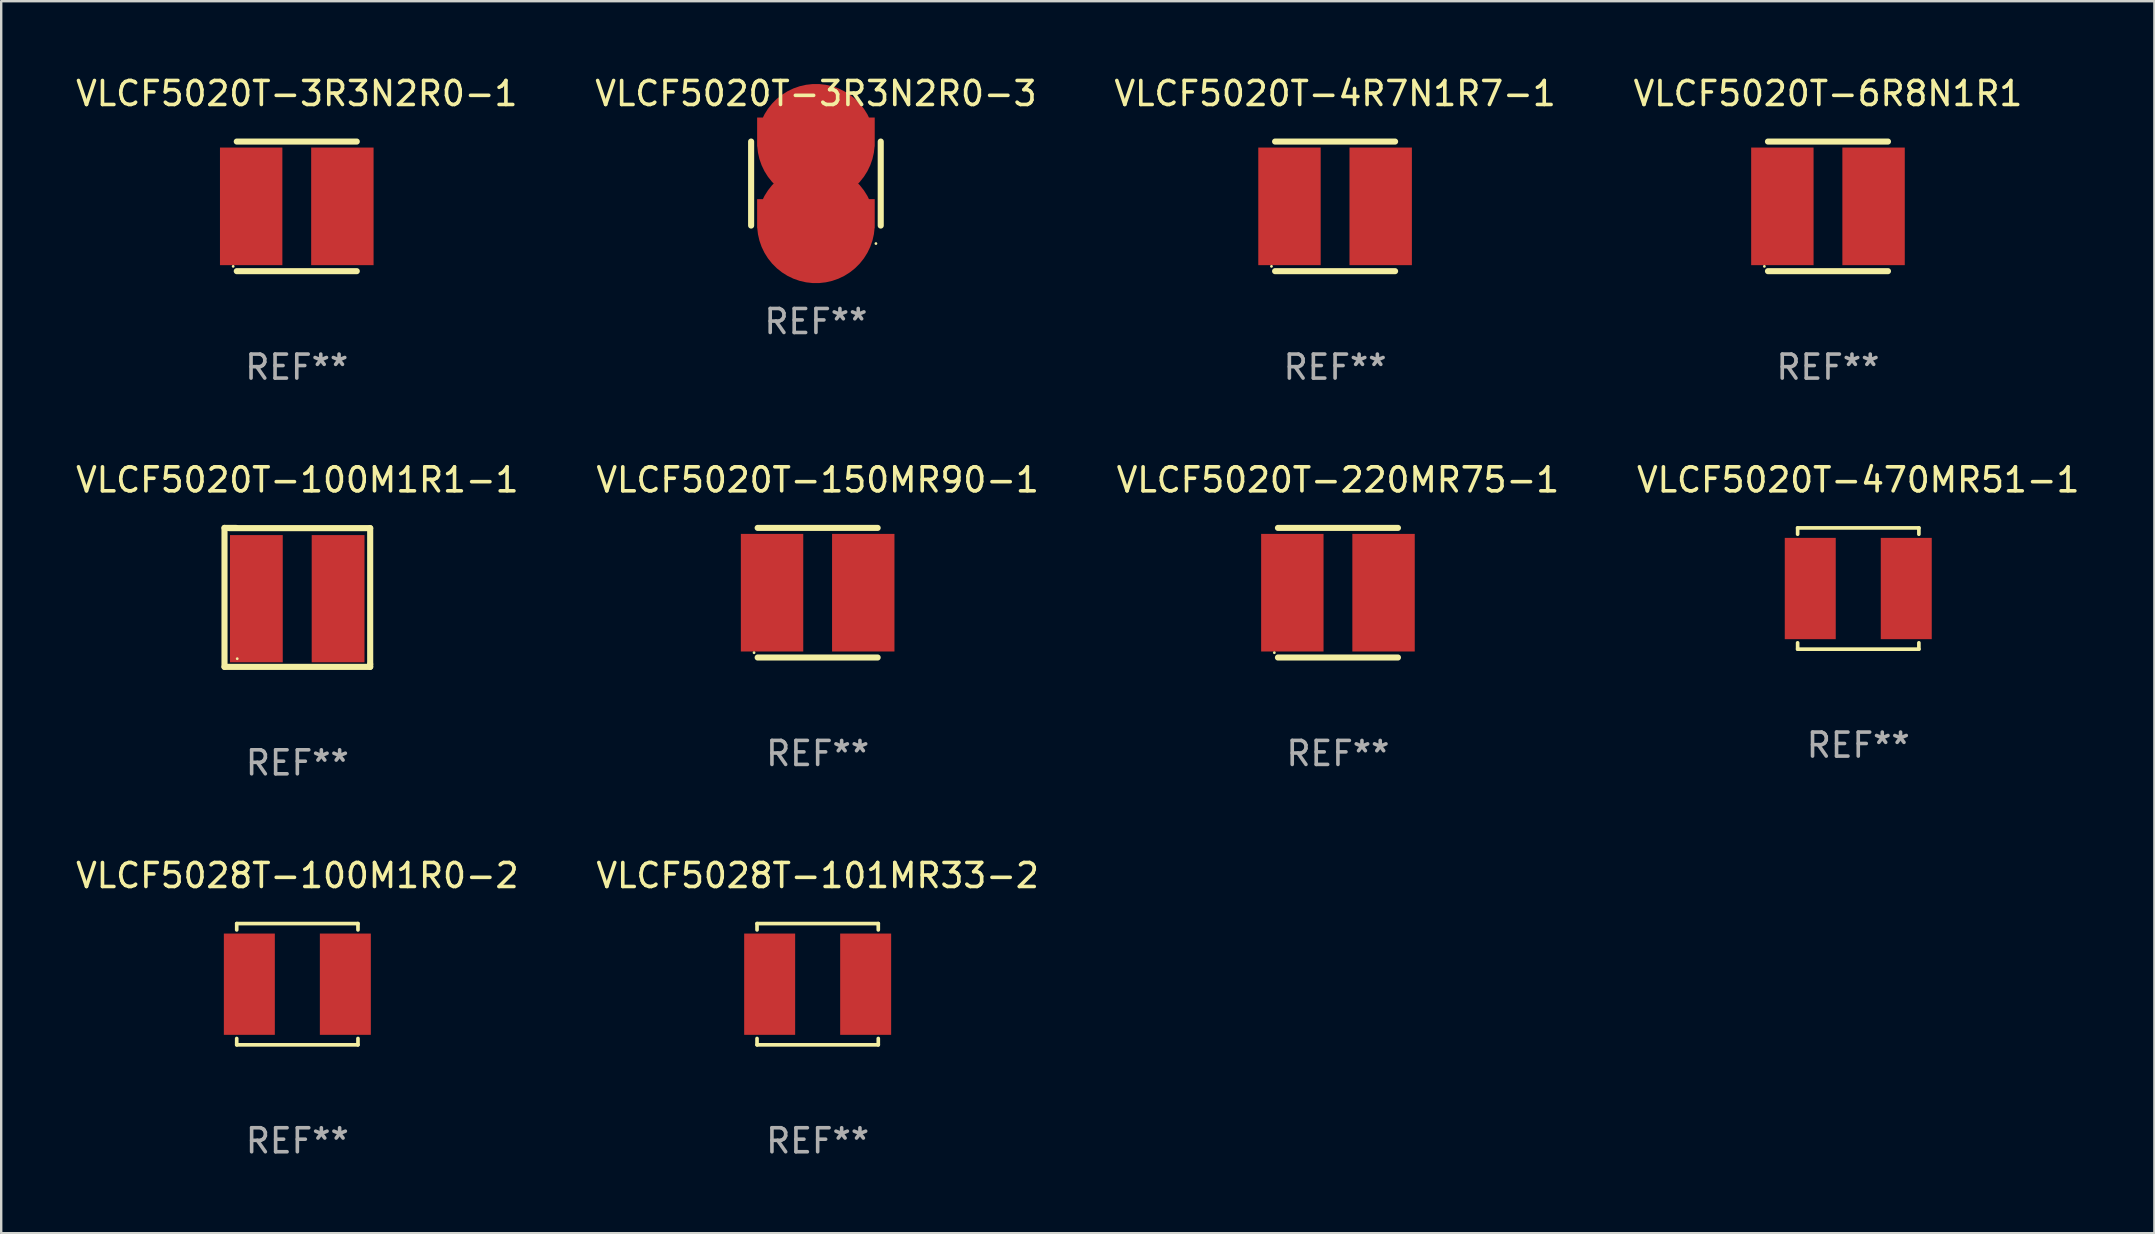
<source format=kicad_pcb>
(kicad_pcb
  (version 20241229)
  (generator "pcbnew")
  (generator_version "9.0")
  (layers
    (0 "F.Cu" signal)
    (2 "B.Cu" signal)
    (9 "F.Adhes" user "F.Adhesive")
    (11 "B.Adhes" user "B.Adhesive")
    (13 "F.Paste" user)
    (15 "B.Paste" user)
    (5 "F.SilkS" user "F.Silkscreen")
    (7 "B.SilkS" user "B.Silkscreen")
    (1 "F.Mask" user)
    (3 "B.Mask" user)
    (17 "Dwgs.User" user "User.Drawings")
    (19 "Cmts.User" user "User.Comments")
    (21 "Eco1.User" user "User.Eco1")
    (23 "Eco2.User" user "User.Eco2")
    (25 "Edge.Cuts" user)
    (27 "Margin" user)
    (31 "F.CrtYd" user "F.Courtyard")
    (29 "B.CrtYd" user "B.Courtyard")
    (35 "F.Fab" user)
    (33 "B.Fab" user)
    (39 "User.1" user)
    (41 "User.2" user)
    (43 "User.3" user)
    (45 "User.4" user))
  (footprint "VLCF5020T-3R3N2R0-3"
    (layer "F.Cu")
    (at 30.946 4.598)
    (property "Reference" "VLCF5020T-3R3N2R0-3" (at 0 -3.75 0) (layer "F.SilkS") (effects (font (size 1 1) (thickness 0.15))))
    (attr through_hole)
    (fp_line (start -2.7 1.75) (end -2.7 -1.75) (stroke (width 0.254) (type solid)) (layer "F.SilkS"))
    (fp_line (start 2.7 -1.75) (end 2.7 1.75) (stroke (width 0.254) (type solid)) (layer "F.SilkS"))
    (fp_circle (center 2.5 2.5) (end 2.53 2.5) (stroke (width 0.06) (type solid)) (fill no) (layer "F.SilkS"))
    (fp_text user "REF**" (at 0 5.75 0) (layer "F.Fab") (effects (font (size 1 1) (thickness 0.15))))
    (pad "1" smd custom (at 0 1.7) (size 4.9 2.1) (layers "F.Cu" "F.Mask" "F.Paste") (options (anchor circle)) (primitives (gr_poly (pts (xy -2.45 -1.05) (xy 2.45 -1.05) (xy 2.45 0.15) (xy 1.5 1.05) (xy -1.5 1.05) (xy -2.45 0.15)) (width 0) (fill yes))))
    (pad "2" smd custom (at 0 -1.7 180) (size 4.9 2.1) (layers "F.Cu" "F.Mask" "F.Paste") (options (anchor circle)) (primitives (gr_poly (pts (xy 2.45 1.05) (xy -2.45 1.05) (xy -2.45 -0.15) (xy -1.5 -1.05) (xy 1.5 -1.05) (xy 2.45 -0.15)) (width 0) (fill yes)))))
  (footprint "VLCF5020T-4R7N1R7-1"
    (layer "F.Cu")
    (at 52.577 5.548)
    (property "Reference" "VLCF5020T-4R7N1R7-1" (at 0 -4.7 0) (layer "F.SilkS") (effects (font (size 1 1) (thickness 0.15))))
    (attr through_hole)
    (fp_line (start -2.5 -2.7) (end 2.5 -2.7) (stroke (width 0.254) (type solid)) (layer "F.SilkS"))
    (fp_line (start -2.5 2.7) (end 2.5 2.7) (stroke (width 0.254) (type solid)) (layer "F.SilkS"))
    (fp_circle (center -2.65 2.5) (end -2.62 2.5) (stroke (width 0.06) (type solid)) (fill no) (layer "F.SilkS"))
    (fp_text user "REF**" (at 0 6.7 0) (layer "F.Fab") (effects (font (size 1 1) (thickness 0.15))))
    (pad "1" smd rect (at -1.9 0 90) (size 4.9 2.6) (layers "F.Cu" "F.Mask" "F.Paste"))
    (pad "2" smd rect (at 1.9 0 90) (size 4.9 2.6) (layers "F.Cu" "F.Mask" "F.Paste")))
  (footprint "VLCF5020T-470MR51-1"
    (layer "F.Cu")
    (at 74.375 21.471)
    (property "Reference" "VLCF5020T-470MR51-1" (at 0 -4.526 0) (layer "F.SilkS") (effects (font (size 1 1) (thickness 0.15))))
    (attr through_hole)
    (fp_line (start -2.526 -2.526) (end 2.526 -2.526) (stroke (width 0.152) (type solid)) (layer "F.SilkS"))
    (fp_line (start -2.526 -2.262) (end -2.526 -2.526) (stroke (width 0.152) (type solid)) (layer "F.SilkS"))
    (fp_line (start -2.526 2.262) (end -2.526 2.526) (stroke (width 0.152) (type solid)) (layer "F.SilkS"))
    (fp_line (start -2.526 2.526) (end 2.526 2.526) (stroke (width 0.152) (type solid)) (layer "F.SilkS"))
    (fp_line (start 2.526 -2.526) (end 2.526 -2.262) (stroke (width 0.152) (type solid)) (layer "F.SilkS"))
    (fp_line (start 2.526 2.526) (end 2.526 2.262) (stroke (width 0.152) (type solid)) (layer "F.SilkS"))
    (fp_circle (center 2.5 -2.5) (end 2.53 -2.5) (stroke (width 0.06) (type solid)) (fill no) (layer "F.SilkS"))
    (fp_text user "REF**" (at 0 6.526 0) (layer "F.Fab") (effects (font (size 1 1) (thickness 0.15))))
    (pad "1" smd rect (at 2 0) (size 2.124 4.22) (layers "F.Cu" "F.Mask" "F.Paste"))
    (pad "2" smd rect (at -2 0) (size 2.124 4.22) (layers "F.Cu" "F.Mask" "F.Paste")))
  (footprint "VLCF5028T-100M1R0-2"
    (layer "F.Cu")
    (at 9.339 37.957)
    (property "Reference" "VLCF5028T-100M1R0-2" (at 0 -4.526 0) (layer "F.SilkS") (effects (font (size 1 1) (thickness 0.15))))
    (attr through_hole)
    (fp_line (start -2.526 -2.526) (end 2.526 -2.526) (stroke (width 0.152) (type solid)) (layer "F.SilkS"))
    (fp_line (start -2.526 -2.262) (end -2.526 -2.526) (stroke (width 0.152) (type solid)) (layer "F.SilkS"))
    (fp_line (start -2.526 2.262) (end -2.526 2.526) (stroke (width 0.152) (type solid)) (layer "F.SilkS"))
    (fp_line (start -2.526 2.526) (end 2.526 2.526) (stroke (width 0.152) (type solid)) (layer "F.SilkS"))
    (fp_line (start 2.526 -2.526) (end 2.526 -2.262) (stroke (width 0.152) (type solid)) (layer "F.SilkS"))
    (fp_line (start 2.526 2.526) (end 2.526 2.262) (stroke (width 0.152) (type solid)) (layer "F.SilkS"))
    (fp_circle (center 2.5 -2.5) (end 2.53 -2.5) (stroke (width 0.06) (type solid)) (fill no) (layer "F.SilkS"))
    (fp_text user "REF**" (at 0 6.526 0) (layer "F.Fab") (effects (font (size 1 1) (thickness 0.15))))
    (pad "1" smd rect (at 2 0) (size 2.124 4.22) (layers "F.Cu" "F.Mask" "F.Paste"))
    (pad "2" smd rect (at -2 0) (size 2.124 4.22) (layers "F.Cu" "F.Mask" "F.Paste")))
  (footprint "VLCF5020T-150MR90-1"
    (layer "F.Cu")
    (at 31.018 21.645)
    (property "Reference" "VLCF5020T-150MR90-1" (at 0 -4.7 0) (layer "F.SilkS") (effects (font (size 1 1) (thickness 0.15))))
    (attr through_hole)
    (fp_line (start -2.5 -2.7) (end 2.5 -2.7) (stroke (width 0.254) (type solid)) (layer "F.SilkS"))
    (fp_line (start -2.5 2.7) (end 2.5 2.7) (stroke (width 0.254) (type solid)) (layer "F.SilkS"))
    (fp_circle (center -2.65 2.5) (end -2.62 2.5) (stroke (width 0.06) (type solid)) (fill no) (layer "F.SilkS"))
    (fp_text user "REF**" (at 0 6.7 0) (layer "F.Fab") (effects (font (size 1 1) (thickness 0.15))))
    (pad "1" smd rect (at -1.9 0 90) (size 4.9 2.6) (layers "F.Cu" "F.Mask" "F.Paste"))
    (pad "2" smd rect (at 1.9 0 90) (size 4.9 2.6) (layers "F.Cu" "F.Mask" "F.Paste")))
  (footprint "VLCF5020T-3R3N2R0-1"
    (layer "F.Cu")
    (at 9.315 5.548)
    (property "Reference" "VLCF5020T-3R3N2R0-1" (at 0 -4.7 0) (layer "F.SilkS") (effects (font (size 1 1) (thickness 0.15))))
    (attr through_hole)
    (fp_line (start -2.5 -2.7) (end 2.5 -2.7) (stroke (width 0.254) (type solid)) (layer "F.SilkS"))
    (fp_line (start -2.5 2.7) (end 2.5 2.7) (stroke (width 0.254) (type solid)) (layer "F.SilkS"))
    (fp_circle (center -2.65 2.5) (end -2.62 2.5) (stroke (width 0.06) (type solid)) (fill no) (layer "F.SilkS"))
    (fp_text user "REF**" (at 0 6.7 0) (layer "F.Fab") (effects (font (size 1 1) (thickness 0.15))))
    (pad "1" smd rect (at -1.9 0 90) (size 4.9 2.6) (layers "F.Cu" "F.Mask" "F.Paste"))
    (pad "2" smd rect (at 1.9 0 90) (size 4.9 2.6) (layers "F.Cu" "F.Mask" "F.Paste")))
  (footprint "VLCF5020T-100M1R1-1"
    (layer "F.Cu")
    (at 9.339 21.84)
    (property "Reference" "VLCF5020T-100M1R1-1" (at 0 -4.895 0) (layer "F.SilkS") (effects (font (size 1 1) (thickness 0.15))))
    (attr through_hole)
    (fp_line (start -3.035 -2.895) (end -2.555 -2.895) (stroke (width 0.254) (type solid)) (layer "F.SilkS"))
    (fp_line (start -3.035 2.895) (end -3.035 -2.895) (stroke (width 0.254) (type solid)) (layer "F.SilkS"))
    (fp_line (start -2.845 -2.885) (end 3.035 -2.885) (stroke (width 0.254) (type solid)) (layer "F.SilkS"))
    (fp_line (start 3.035 -2.885) (end 3.035 2.785) (stroke (width 0.254) (type solid)) (layer "F.SilkS"))
    (fp_line (start 3.035 2.785) (end 3.035 2.895) (stroke (width 0.254) (type solid)) (layer "F.SilkS"))
    (fp_line (start 3.035 2.895) (end -3.035 2.895) (stroke (width 0.254) (type solid)) (layer "F.SilkS"))
    (fp_circle (center -2.505 2.555) (end -2.475 2.555) (stroke (width 0.06) (type solid)) (fill no) (layer "F.SilkS"))
    (fp_text user "REF**" (at 0 6.895 0) (layer "F.Fab") (effects (font (size 1 1) (thickness 0.15))))
    (pad "1" smd rect (at -1.708 0.055) (size 2.2 5.3) (layers "F.Cu" "F.Mask" "F.Paste"))
    (pad "2" smd rect (at 1.698 0.055) (size 2.2 5.3) (layers "F.Cu" "F.Mask" "F.Paste")))
  (footprint "VLCF5020T-220MR75-1"
    (layer "F.Cu")
    (at 52.696 21.645)
    (property "Reference" "VLCF5020T-220MR75-1" (at 0 -4.7 0) (layer "F.SilkS") (effects (font (size 1 1) (thickness 0.15))))
    (attr through_hole)
    (fp_line (start -2.5 -2.7) (end 2.5 -2.7) (stroke (width 0.254) (type solid)) (layer "F.SilkS"))
    (fp_line (start -2.5 2.7) (end 2.5 2.7) (stroke (width 0.254) (type solid)) (layer "F.SilkS"))
    (fp_circle (center -2.65 2.5) (end -2.62 2.5) (stroke (width 0.06) (type solid)) (fill no) (layer "F.SilkS"))
    (fp_text user "REF**" (at 0 6.7 0) (layer "F.Fab") (effects (font (size 1 1) (thickness 0.15))))
    (pad "1" smd rect (at -1.9 0 90) (size 4.9 2.6) (layers "F.Cu" "F.Mask" "F.Paste"))
    (pad "2" smd rect (at 1.9 0 90) (size 4.9 2.6) (layers "F.Cu" "F.Mask" "F.Paste")))
  (footprint "VLCF5028T-101MR33-2"
    (layer "F.Cu")
    (at 31.018 37.957)
    (property "Reference" "VLCF5028T-101MR33-2" (at 0 -4.526 0) (layer "F.SilkS") (effects (font (size 1 1) (thickness 0.15))))
    (attr through_hole)
    (fp_line (start -2.526 -2.526) (end 2.526 -2.526) (stroke (width 0.152) (type solid)) (layer "F.SilkS"))
    (fp_line (start -2.526 -2.262) (end -2.526 -2.526) (stroke (width 0.152) (type solid)) (layer "F.SilkS"))
    (fp_line (start -2.526 2.262) (end -2.526 2.526) (stroke (width 0.152) (type solid)) (layer "F.SilkS"))
    (fp_line (start -2.526 2.526) (end 2.526 2.526) (stroke (width 0.152) (type solid)) (layer "F.SilkS"))
    (fp_line (start 2.526 -2.526) (end 2.526 -2.262) (stroke (width 0.152) (type solid)) (layer "F.SilkS"))
    (fp_line (start 2.526 2.526) (end 2.526 2.262) (stroke (width 0.152) (type solid)) (layer "F.SilkS"))
    (fp_circle (center 2.5 -2.5) (end 2.53 -2.5) (stroke (width 0.06) (type solid)) (fill no) (layer "F.SilkS"))
    (fp_text user "REF**" (at 0 6.526 0) (layer "F.Fab") (effects (font (size 1 1) (thickness 0.15))))
    (pad "1" smd rect (at 2 0) (size 2.124 4.22) (layers "F.Cu" "F.Mask" "F.Paste"))
    (pad "2" smd rect (at -2 0) (size 2.124 4.22) (layers "F.Cu" "F.Mask" "F.Paste")))
  (footprint "VLCF5020T-6R8N1R1"
    (layer "F.Cu")
    (at 73.113 5.548)
    (property "Reference" "VLCF5020T-6R8N1R1" (at 0 -4.7 0) (layer "F.SilkS") (effects (font (size 1 1) (thickness 0.15))))
    (attr through_hole)
    (fp_line (start -2.5 -2.7) (end 2.5 -2.7) (stroke (width 0.254) (type solid)) (layer "F.SilkS"))
    (fp_line (start -2.5 2.7) (end 2.5 2.7) (stroke (width 0.254) (type solid)) (layer "F.SilkS"))
    (fp_circle (center -2.65 2.5) (end -2.62 2.5) (stroke (width 0.06) (type solid)) (fill no) (layer "F.SilkS"))
    (fp_text user "REF**" (at 0 6.7 0) (layer "F.Fab") (effects (font (size 1 1) (thickness 0.15))))
    (pad "1" smd rect (at -1.9 0 90) (size 4.9 2.6) (layers "F.Cu" "F.Mask" "F.Paste"))
    (pad "2" smd rect (at 1.9 0 90) (size 4.9 2.6) (layers "F.Cu" "F.Mask" "F.Paste")))
  (gr_rect
    (start -3 -3)
    (end 86.714 48.332)
    (stroke (width 0.1) (type default))
    (fill no)
    (layer "Edge.Cuts")))
</source>
